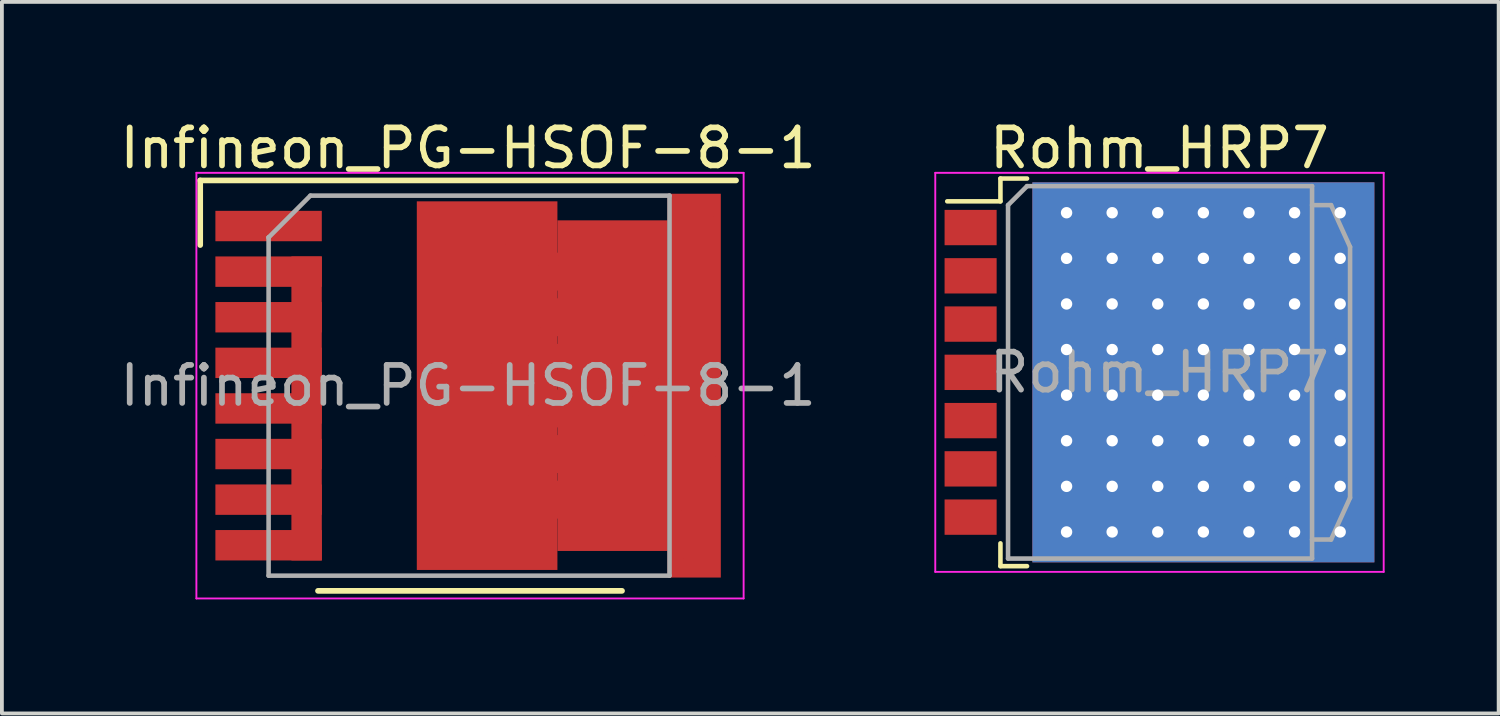
<source format=kicad_pcb>
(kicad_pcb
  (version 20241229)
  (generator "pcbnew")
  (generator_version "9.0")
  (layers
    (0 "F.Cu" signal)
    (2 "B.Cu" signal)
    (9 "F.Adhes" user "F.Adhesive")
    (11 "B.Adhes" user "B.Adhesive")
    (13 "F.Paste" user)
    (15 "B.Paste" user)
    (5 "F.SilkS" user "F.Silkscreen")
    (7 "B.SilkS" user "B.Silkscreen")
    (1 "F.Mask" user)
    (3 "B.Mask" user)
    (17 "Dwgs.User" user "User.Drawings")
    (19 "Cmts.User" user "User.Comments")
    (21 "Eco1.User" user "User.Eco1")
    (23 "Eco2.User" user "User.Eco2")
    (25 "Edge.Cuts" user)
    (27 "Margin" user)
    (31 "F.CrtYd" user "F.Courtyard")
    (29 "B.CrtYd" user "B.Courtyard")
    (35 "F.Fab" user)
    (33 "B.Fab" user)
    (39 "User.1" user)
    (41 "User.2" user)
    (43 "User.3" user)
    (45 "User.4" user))
  (footprint "Rohm_HRP7"
    (layer "F.Cu")
    (at 27.461 6.748)
    (property "Reference" "Rohm_HRP7" (at 0 -5.9 0) (layer "F.SilkS") (effects (font (size 1 1) (thickness 0.15))))
    (attr smd)
    (fp_line (start -5.585 -4.5) (end -4.185 -4.5) (stroke (width 0.12) (type solid)) (layer "F.SilkS"))
    (fp_line (start -4.185 -5.1) (end -3.485 -5.1) (stroke (width 0.12) (type solid)) (layer "F.SilkS"))
    (fp_line (start -4.185 -4.5) (end -4.185 -5.1) (stroke (width 0.12) (type solid)) (layer "F.SilkS"))
    (fp_line (start -4.185 5.1) (end -4.185 4.5) (stroke (width 0.12) (type solid)) (layer "F.SilkS"))
    (fp_line (start -3.485 5.1) (end -4.185 5.1) (stroke (width 0.12) (type solid)) (layer "F.SilkS"))
    (fp_line (start -5.9 -5.25) (end -5.9 5.25) (stroke (width 0.05) (type solid)) (layer "F.CrtYd"))
    (fp_line (start -5.9 -5.25) (end 5.9 -5.25) (stroke (width 0.05) (type solid)) (layer "F.CrtYd"))
    (fp_line (start 5.9 5.25) (end -5.9 5.25) (stroke (width 0.05) (type solid)) (layer "F.CrtYd"))
    (fp_line (start 5.9 5.25) (end 5.9 -5.25) (stroke (width 0.05) (type solid)) (layer "F.CrtYd"))
    (fp_line (start -3.985 -4.4) (end -3.485 -4.9) (stroke (width 0.12) (type solid)) (layer "F.Fab"))
    (fp_line (start -3.985 4.9) (end -3.985 -4.4) (stroke (width 0.12) (type solid)) (layer "F.Fab"))
    (fp_line (start -3.485 -4.9) (end 4.015 -4.9) (stroke (width 0.12) (type solid)) (layer "F.Fab"))
    (fp_line (start 4.015 -4.9) (end 4.015 4.9) (stroke (width 0.12) (type solid)) (layer "F.Fab"))
    (fp_line (start 4.015 -4.4) (end 4.515 -4.4) (stroke (width 0.12) (type solid)) (layer "F.Fab"))
    (fp_line (start 4.015 4.9) (end -3.985 4.9) (stroke (width 0.12) (type solid)) (layer "F.Fab"))
    (fp_line (start 4.515 -4.4) (end 5.015 -3.3) (stroke (width 0.12) (type solid)) (layer "F.Fab"))
    (fp_line (start 4.515 4.4) (end 4.015 4.4) (stroke (width 0.12) (type solid)) (layer "F.Fab"))
    (fp_line (start 5.015 -3.3) (end 5.015 3.3) (stroke (width 0.12) (type solid)) (layer "F.Fab"))
    (fp_line (start 5.015 3.3) (end 4.515 4.4) (stroke (width 0.12) (type solid)) (layer "F.Fab"))
    (fp_text user "${REFERENCE}" (at 0 0 0) (layer "F.Fab") (effects (font (size 1 1) (thickness 0.15))))
    (pad "1" smd rect (at -4.97 -3.81) (size 1.37 0.93) (layers "F.Cu" "F.Mask" "F.Paste"))
    (pad "2" smd rect (at -4.97 -2.54) (size 1.37 0.93) (layers "F.Cu" "F.Mask" "F.Paste"))
    (pad "3" smd rect (at -4.97 -1.27) (size 1.37 0.93) (layers "F.Cu" "F.Mask" "F.Paste"))
    (pad "4" smd rect (at -4.97 0) (size 1.37 0.93) (layers "F.Cu" "F.Mask" "F.Paste"))
    (pad "4" thru_hole circle (at -2.445 -4.2) (size 0.6 0.6) (drill 0.3) (layers "*.Cu" "F.Mask"))
    (pad "4" thru_hole circle (at -2.445 -3) (size 0.6 0.6) (drill 0.3) (layers "*.Cu" "F.Mask"))
    (pad "4" thru_hole circle (at -2.445 -1.8) (size 0.6 0.6) (drill 0.3) (layers "*.Cu" "F.Mask"))
    (pad "4" thru_hole circle (at -2.445 -0.6) (size 0.6 0.6) (drill 0.3) (layers "*.Cu" "F.Mask"))
    (pad "4" thru_hole circle (at -2.445 0.6) (size 0.6 0.6) (drill 0.3) (layers "*.Cu" "F.Mask"))
    (pad "4" thru_hole circle (at -2.445 1.8) (size 0.6 0.6) (drill 0.3) (layers "*.Cu" "F.Mask"))
    (pad "4" thru_hole circle (at -2.445 3) (size 0.6 0.6) (drill 0.3) (layers "*.Cu" "F.Mask"))
    (pad "4" thru_hole circle (at -2.445 4.2) (size 0.6 0.6) (drill 0.3) (layers "*.Cu" "F.Mask"))
    (pad "4" thru_hole circle (at -1.245 -4.2) (size 0.6 0.6) (drill 0.3) (layers "*.Cu" "F.Mask"))
    (pad "4" thru_hole circle (at -1.245 -3) (size 0.6 0.6) (drill 0.3) (layers "*.Cu" "F.Mask"))
    (pad "4" thru_hole circle (at -1.245 -1.8) (size 0.6 0.6) (drill 0.3) (layers "*.Cu" "F.Mask"))
    (pad "4" thru_hole circle (at -1.245 -0.6) (size 0.6 0.6) (drill 0.3) (layers "*.Cu" "F.Mask"))
    (pad "4" thru_hole circle (at -1.245 0.6) (size 0.6 0.6) (drill 0.3) (layers "*.Cu" "F.Mask"))
    (pad "4" thru_hole circle (at -1.245 1.8) (size 0.6 0.6) (drill 0.3) (layers "*.Cu" "F.Mask"))
    (pad "4" thru_hole circle (at -1.245 3) (size 0.6 0.6) (drill 0.3) (layers "*.Cu" "F.Mask"))
    (pad "4" thru_hole circle (at -1.245 4.2) (size 0.6 0.6) (drill 0.3) (layers "*.Cu" "F.Mask"))
    (pad "4" smd rect (at -1.095 -2.5) (size 4 4.5) (layers "F.Cu" "F.Mask" "F.Paste"))
    (pad "4" smd rect (at -1.095 2.5) (size 4 4.5) (layers "F.Cu" "F.Mask" "F.Paste"))
    (pad "4" thru_hole circle (at -0.045 -4.2) (size 0.6 0.6) (drill 0.3) (layers "*.Cu" "F.Mask"))
    (pad "4" thru_hole circle (at -0.045 -3) (size 0.6 0.6) (drill 0.3) (layers "*.Cu" "F.Mask"))
    (pad "4" thru_hole circle (at -0.045 -1.8) (size 0.6 0.6) (drill 0.3) (layers "*.Cu" "F.Mask"))
    (pad "4" thru_hole circle (at -0.045 -0.6) (size 0.6 0.6) (drill 0.3) (layers "*.Cu" "F.Mask"))
    (pad "4" thru_hole circle (at -0.045 0.6) (size 0.6 0.6) (drill 0.3) (layers "*.Cu" "F.Mask"))
    (pad "4" thru_hole circle (at -0.045 1.8) (size 0.6 0.6) (drill 0.3) (layers "*.Cu" "F.Mask"))
    (pad "4" thru_hole circle (at -0.045 3) (size 0.6 0.6) (drill 0.3) (layers "*.Cu" "F.Mask"))
    (pad "4" thru_hole circle (at -0.045 4.2) (size 0.6 0.6) (drill 0.3) (layers "*.Cu" "F.Mask"))
    (pad "4" thru_hole circle (at 1.155 -4.2) (size 0.6 0.6) (drill 0.3) (layers "*.Cu" "F.Mask"))
    (pad "4" thru_hole circle (at 1.155 -3) (size 0.6 0.6) (drill 0.3) (layers "*.Cu" "F.Mask"))
    (pad "4" thru_hole circle (at 1.155 -1.8) (size 0.6 0.6) (drill 0.3) (layers "*.Cu" "F.Mask"))
    (pad "4" thru_hole circle (at 1.155 -0.6) (size 0.6 0.6) (drill 0.3) (layers "*.Cu" "F.Mask"))
    (pad "4" smd rect (at 1.155 0) (size 9 10) (layers "F.Cu" "F.Mask"))
    (pad "4" smd rect (at 1.155 0) (size 9 10) (layers "B.Cu"))
    (pad "4" thru_hole circle (at 1.155 0.6) (size 0.6 0.6) (drill 0.3) (layers "*.Cu" "F.Mask"))
    (pad "4" thru_hole circle (at 1.155 1.8) (size 0.6 0.6) (drill 0.3) (layers "*.Cu" "F.Mask"))
    (pad "4" thru_hole circle (at 1.155 3) (size 0.6 0.6) (drill 0.3) (layers "*.Cu" "F.Mask"))
    (pad "4" thru_hole circle (at 1.155 4.2) (size 0.6 0.6) (drill 0.3) (layers "*.Cu" "F.Mask"))
    (pad "4" thru_hole circle (at 2.355 -4.2) (size 0.6 0.6) (drill 0.3) (layers "*.Cu" "F.Mask"))
    (pad "4" thru_hole circle (at 2.355 -3) (size 0.6 0.6) (drill 0.3) (layers "*.Cu" "F.Mask"))
    (pad "4" thru_hole circle (at 2.355 -1.8) (size 0.6 0.6) (drill 0.3) (layers "*.Cu" "F.Mask"))
    (pad "4" thru_hole circle (at 2.355 -0.6) (size 0.6 0.6) (drill 0.3) (layers "*.Cu" "F.Mask"))
    (pad "4" thru_hole circle (at 2.355 0.6) (size 0.6 0.6) (drill 0.3) (layers "*.Cu" "F.Mask"))
    (pad "4" thru_hole circle (at 2.355 1.8) (size 0.6 0.6) (drill 0.3) (layers "*.Cu" "F.Mask"))
    (pad "4" thru_hole circle (at 2.355 3) (size 0.6 0.6) (drill 0.3) (layers "*.Cu" "F.Mask"))
    (pad "4" thru_hole circle (at 2.355 4.2) (size 0.6 0.6) (drill 0.3) (layers "*.Cu" "F.Mask"))
    (pad "4" smd rect (at 3.405 -2.5) (size 4 4.5) (layers "F.Cu" "F.Mask" "F.Paste"))
    (pad "4" smd rect (at 3.405 2.5) (size 4 4.5) (layers "F.Cu" "F.Mask" "F.Paste"))
    (pad "4" thru_hole circle (at 3.555 -4.2) (size 0.6 0.6) (drill 0.3) (layers "*.Cu" "F.Mask"))
    (pad "4" thru_hole circle (at 3.555 -3) (size 0.6 0.6) (drill 0.3) (layers "*.Cu" "F.Mask"))
    (pad "4" thru_hole circle (at 3.555 -1.8) (size 0.6 0.6) (drill 0.3) (layers "*.Cu" "F.Mask"))
    (pad "4" thru_hole circle (at 3.555 -0.6) (size 0.6 0.6) (drill 0.3) (layers "*.Cu" "F.Mask"))
    (pad "4" thru_hole circle (at 3.555 0.6) (size 0.6 0.6) (drill 0.3) (layers "*.Cu" "F.Mask"))
    (pad "4" thru_hole circle (at 3.555 1.8) (size 0.6 0.6) (drill 0.3) (layers "*.Cu" "F.Mask"))
    (pad "4" thru_hole circle (at 3.555 3) (size 0.6 0.6) (drill 0.3) (layers "*.Cu" "F.Mask"))
    (pad "4" thru_hole circle (at 3.555 4.2) (size 0.6 0.6) (drill 0.3) (layers "*.Cu" "F.Mask"))
    (pad "4" thru_hole circle (at 4.755 -4.2) (size 0.6 0.6) (drill 0.3) (layers "*.Cu" "F.Mask"))
    (pad "4" thru_hole circle (at 4.755 -3) (size 0.6 0.6) (drill 0.3) (layers "*.Cu" "F.Mask"))
    (pad "4" thru_hole circle (at 4.755 -1.8) (size 0.6 0.6) (drill 0.3) (layers "*.Cu" "F.Mask"))
    (pad "4" thru_hole circle (at 4.755 -0.6) (size 0.6 0.6) (drill 0.3) (layers "*.Cu" "F.Mask"))
    (pad "4" thru_hole circle (at 4.755 0.6) (size 0.6 0.6) (drill 0.3) (layers "*.Cu" "F.Mask"))
    (pad "4" thru_hole circle (at 4.755 1.8) (size 0.6 0.6) (drill 0.3) (layers "*.Cu" "F.Mask"))
    (pad "4" thru_hole circle (at 4.755 3) (size 0.6 0.6) (drill 0.3) (layers "*.Cu" "F.Mask"))
    (pad "4" thru_hole circle (at 4.755 4.2) (size 0.6 0.6) (drill 0.3) (layers "*.Cu" "F.Mask"))
    (pad "5" smd rect (at -4.97 1.27) (size 1.37 0.93) (layers "F.Cu" "F.Mask" "F.Paste"))
    (pad "6" smd rect (at -4.97 2.54) (size 1.37 0.93) (layers "F.Cu" "F.Mask" "F.Paste"))
    (pad "7" smd rect (at -4.97 3.81) (size 1.37 0.93) (layers "F.Cu" "F.Mask" "F.Paste")))
  (footprint "Infineon_PG-HSOF-8-1"
    (layer "F.Cu")
    (at 9.268 7.098)
    (property "Reference" "Infineon_PG-HSOF-8-1" (at 0 -6.25 0) (layer "F.SilkS") (effects (font (size 1 1) (thickness 0.15))))
    (attr smd)
    (fp_line (start -7.05 -5.4) (end -7.05 -3.7) (stroke (width 0.15) (type solid)) (layer "F.SilkS"))
    (fp_line (start -3.95 5.4) (end 4.05 5.4) (stroke (width 0.15) (type solid)) (layer "F.SilkS"))
    (fp_line (start 7.05 -5.4) (end -7.05 -5.4) (stroke (width 0.15) (type solid)) (layer "F.SilkS"))
    (fp_line (start -7.15 5.6) (end -7.15 -5.6) (stroke (width 0.05) (type solid)) (layer "F.CrtYd"))
    (fp_line (start -7.15 5.6) (end 7.25 5.6) (stroke (width 0.05) (type solid)) (layer "F.CrtYd"))
    (fp_line (start 7.25 -5.6) (end -7.15 -5.6) (stroke (width 0.05) (type solid)) (layer "F.CrtYd"))
    (fp_line (start 7.25 -5.6) (end 7.25 5.6) (stroke (width 0.05) (type solid)) (layer "F.CrtYd"))
    (fp_line (start -5.25 -3.9) (end -5.25 -3.9) (stroke (width 0.12) (type solid)) (layer "F.Fab"))
    (fp_line (start -5.25 5) (end -5.25 -3.9) (stroke (width 0.12) (type solid)) (layer "F.Fab"))
    (fp_line (start -4.15 -5) (end -5.25 -3.9) (stroke (width 0.12) (type solid)) (layer "F.Fab"))
    (fp_line (start -4.15 -5) (end 5.3 -5) (stroke (width 0.12) (type solid)) (layer "F.Fab"))
    (fp_line (start 5.3 -5) (end 5.3 5) (stroke (width 0.12) (type solid)) (layer "F.Fab"))
    (fp_line (start 5.3 5) (end -5.25 5) (stroke (width 0.12) (type solid)) (layer "F.Fab"))
    (fp_text user "${REFERENCE}" (at 0 0 0) (layer "F.Fab") (effects (font (size 1 1) (thickness 0.15))))
    (pad "1" smd rect (at -5.25 -4.2 270) (size 0.8 2.8) (layers "F.Cu" "F.Mask" "F.Paste"))
    (pad "2" smd rect (at -5.25 -3 270) (size 0.8 2.8) (layers "F.Cu" "F.Mask" "F.Paste"))
    (pad "2" smd rect (at -5.25 -1.8 270) (size 0.8 2.8) (layers "F.Cu" "F.Mask" "F.Paste"))
    (pad "2" smd rect (at -5.25 -0.6 270) (size 0.8 2.8) (layers "F.Cu" "F.Mask" "F.Paste"))
    (pad "2" smd rect (at -5.25 0.6 270) (size 0.8 2.8) (layers "F.Cu" "F.Mask" "F.Paste"))
    (pad "2" smd rect (at -5.25 1.8 270) (size 0.8 2.8) (layers "F.Cu" "F.Mask" "F.Paste"))
    (pad "2" smd rect (at -5.25 3 270) (size 0.8 2.8) (layers "F.Cu" "F.Mask" "F.Paste"))
    (pad "2" smd rect (at -5.25 4.2 270) (size 0.8 2.8) (layers "F.Cu" "F.Mask" "F.Paste"))
    (pad "2" smd rect (at -4.25 0.6 270) (size 8 0.8) (layers "F.Cu" "F.Mask"))
    (pad "3" smd circle (at -0.08 -4.2 270) (size 1 1) (layers "F.Cu" "F.Mask" "F.Paste"))
    (pad "3" smd circle (at -0.08 -3 270) (size 1 1) (layers "F.Cu" "F.Mask" "F.Paste"))
    (pad "3" smd circle (at -0.08 -1.8 270) (size 1 1) (layers "F.Cu" "F.Mask" "F.Paste"))
    (pad "3" smd circle (at -0.08 -0.6 270) (size 1 1) (layers "F.Cu" "F.Mask" "F.Paste"))
    (pad "3" smd circle (at -0.08 0.6 270) (size 1 1) (layers "F.Cu" "F.Mask" "F.Paste"))
    (pad "3" smd circle (at -0.08 1.8 270) (size 1 1) (layers "F.Cu" "F.Mask" "F.Paste"))
    (pad "3" smd circle (at -0.08 3 270) (size 1 1) (layers "F.Cu" "F.Mask" "F.Paste"))
    (pad "3" smd circle (at -0.08 4.2 270) (size 1 1) (layers "F.Cu" "F.Mask" "F.Paste"))
    (pad "3" smd rect (at 0.5 0 270) (size 9.7 3.7) (layers "F.Cu" "F.Mask"))
    (pad "3" smd circle (at 1.12 -4.2 270) (size 1 1) (layers "F.Cu" "F.Mask" "F.Paste"))
    (pad "3" smd circle (at 1.12 -3 270) (size 1 1) (layers "F.Cu" "F.Mask" "F.Paste"))
    (pad "3" smd circle (at 1.12 -1.8 270) (size 1 1) (layers "F.Cu" "F.Mask" "F.Paste"))
    (pad "3" smd circle (at 1.12 -0.6 270) (size 1 1) (layers "F.Cu" "F.Mask" "F.Paste"))
    (pad "3" smd circle (at 1.12 0.6 270) (size 1 1) (layers "F.Cu" "F.Mask" "F.Paste"))
    (pad "3" smd circle (at 1.12 1.8 270) (size 1 1) (layers "F.Cu" "F.Mask" "F.Paste"))
    (pad "3" smd circle (at 1.12 3 270) (size 1 1) (layers "F.Cu" "F.Mask" "F.Paste"))
    (pad "3" smd circle (at 1.12 4.2 270) (size 1 1) (layers "F.Cu" "F.Mask" "F.Paste"))
    (pad "3" smd circle (at 2.32 -3 270) (size 1 1) (layers "F.Cu" "F.Mask" "F.Paste"))
    (pad "3" smd circle (at 2.32 -1.8 270) (size 1 1) (layers "F.Cu" "F.Mask" "F.Paste"))
    (pad "3" smd circle (at 2.32 -0.6 270) (size 1 1) (layers "F.Cu" "F.Mask" "F.Paste"))
    (pad "3" smd circle (at 2.32 0.6 270) (size 1 1) (layers "F.Cu" "F.Mask" "F.Paste"))
    (pad "3" smd circle (at 2.32 1.8 270) (size 1 1) (layers "F.Cu" "F.Mask" "F.Paste"))
    (pad "3" smd circle (at 2.32 3 270) (size 1 1) (layers "F.Cu" "F.Mask" "F.Paste"))
    (pad "3" smd circle (at 3.52 -3 270) (size 1 1) (layers "F.Cu" "F.Mask" "F.Paste"))
    (pad "3" smd circle (at 3.52 -1.8 270) (size 1 1) (layers "F.Cu" "F.Mask" "F.Paste"))
    (pad "3" smd circle (at 3.52 -0.6 270) (size 1 1) (layers "F.Cu" "F.Mask" "F.Paste"))
    (pad "3" smd circle (at 3.52 0.6 270) (size 1 1) (layers "F.Cu" "F.Mask" "F.Paste"))
    (pad "3" smd circle (at 3.52 1.8 270) (size 1 1) (layers "F.Cu" "F.Mask" "F.Paste"))
    (pad "3" smd circle (at 3.52 3 270) (size 1 1) (layers "F.Cu" "F.Mask" "F.Paste"))
    (pad "3" smd rect (at 3.8 0 270) (size 8.7 2.9) (layers "F.Cu" "F.Mask"))
    (pad "3" smd circle (at 4.72 -3 270) (size 1 1) (layers "F.Cu" "F.Mask" "F.Paste"))
    (pad "3" smd circle (at 4.72 -1.8 270) (size 1 1) (layers "F.Cu" "F.Mask" "F.Paste"))
    (pad "3" smd circle (at 4.72 -0.6 270) (size 1 1) (layers "F.Cu" "F.Mask" "F.Paste"))
    (pad "3" smd circle (at 4.72 0.6 270) (size 1 1) (layers "F.Cu" "F.Mask" "F.Paste"))
    (pad "3" smd circle (at 4.72 1.8 270) (size 1 1) (layers "F.Cu" "F.Mask" "F.Paste"))
    (pad "3" smd circle (at 4.72 3 270) (size 1 1) (layers "F.Cu" "F.Mask" "F.Paste"))
    (pad "3" smd rect (at 5.95 0 270) (size 10.1 1.4) (layers "F.Cu" "F.Mask"))
    (pad "3" smd circle (at 6.02 -4.2 270) (size 1 1) (layers "F.Cu" "F.Mask" "F.Paste"))
    (pad "3" smd circle (at 6.02 -3 270) (size 1 1) (layers "F.Cu" "F.Mask" "F.Paste"))
    (pad "3" smd circle (at 6.02 -1.8 270) (size 1 1) (layers "F.Cu" "F.Mask" "F.Paste"))
    (pad "3" smd circle (at 6.02 -0.6 270) (size 1 1) (layers "F.Cu" "F.Mask" "F.Paste"))
    (pad "3" smd circle (at 6.02 0.6 270) (size 1 1) (layers "F.Cu" "F.Mask" "F.Paste"))
    (pad "3" smd circle (at 6.02 1.8 270) (size 1 1) (layers "F.Cu" "F.Mask" "F.Paste"))
    (pad "3" smd circle (at 6.02 3 270) (size 1 1) (layers "F.Cu" "F.Mask" "F.Paste"))
    (pad "3" smd circle (at 6.02 4.2 270) (size 1 1) (layers "F.Cu" "F.Mask" "F.Paste")))
  (gr_rect
    (start -3 -3)
    (end 36.386 15.723)
    (stroke (width 0.1) (type default))
    (fill no)
    (layer "Edge.Cuts")))
</source>
